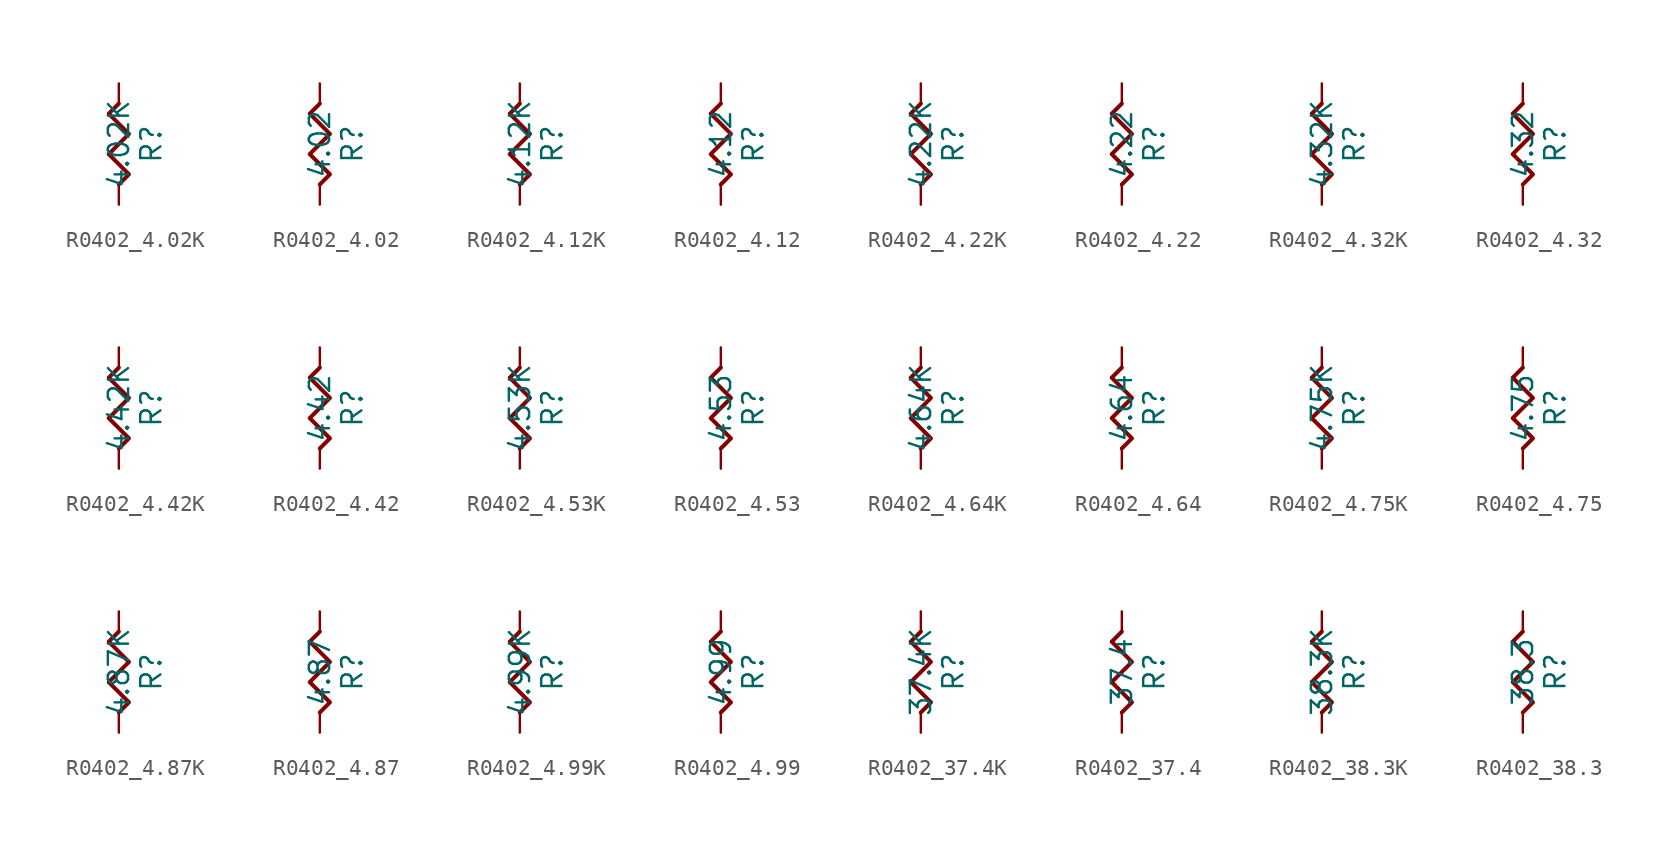
<source format=kicad_sym>
(kicad_symbol_lib
  (version 20211014)
  (generator atlantix-eda)
  (symbol "R0402_4.02K"
    (pin_numbers hide)
    (pin_names
      (offset 0))
    (property "Reference" "R"
      (at 2.032 0 90)
      (effects (font (size 1.27 1.27))))
    (property "Value" "4.02K"
      (at 0 0 90)
      (effects (font (size 1.27 1.27))))
    (symbol "R0402_4.02K_0_1"
      (polyline (pts (xy 0 -2.54) (xy 0.635 -1.905) (xy -0.635 -0.635) (xy 0.635 0.635) (xy -0.635 1.905) (xy 0 2.54)) (stroke (width 0.254) (type default) (color 0 0 0 0)) (fill (type none))))
    (symbol "R0402_4.02K_1_1"
      (pin passive line (at 0 3.81 270) (length 1.27) (name "~" (effects (font (size 1.27 1.27)))) (number "1" (effects (font (size 1.27 1.27)))))
      (pin passive line (at 0 -3.81 90) (length 1.27) (name "~" (effects (font (size 1.27 1.27)))) (number "2" (effects (font (size 1.27 1.27)))))))
  (symbol "R0402_4.02"
    (pin_numbers hide)
    (pin_names
      (offset 0))
    (property "Reference" "R"
      (at 2.032 0 90)
      (effects (font (size 1.27 1.27))))
    (property "Value" "4.02"
      (at 0 0 90)
      (effects (font (size 1.27 1.27))))
    (symbol "R0402_4.02_0_1"
      (polyline (pts (xy 0 -2.54) (xy 0.635 -1.905) (xy -0.635 -0.635) (xy 0.635 0.635) (xy -0.635 1.905) (xy 0 2.54)) (stroke (width 0.254) (type default) (color 0 0 0 0)) (fill (type none))))
    (symbol "R0402_4.02_1_1"
      (pin passive line (at 0 3.81 270) (length 1.27) (name "~" (effects (font (size 1.27 1.27)))) (number "1" (effects (font (size 1.27 1.27)))))
      (pin passive line (at 0 -3.81 90) (length 1.27) (name "~" (effects (font (size 1.27 1.27)))) (number "2" (effects (font (size 1.27 1.27)))))))
  (symbol "R0402_4.12K"
    (pin_numbers hide)
    (pin_names
      (offset 0))
    (property "Reference" "R"
      (at 2.032 0 90)
      (effects (font (size 1.27 1.27))))
    (property "Value" "4.12K"
      (at 0 0 90)
      (effects (font (size 1.27 1.27))))
    (symbol "R0402_4.12K_0_1"
      (polyline (pts (xy 0 -2.54) (xy 0.635 -1.905) (xy -0.635 -0.635) (xy 0.635 0.635) (xy -0.635 1.905) (xy 0 2.54)) (stroke (width 0.254) (type default) (color 0 0 0 0)) (fill (type none))))
    (symbol "R0402_4.12K_1_1"
      (pin passive line (at 0 3.81 270) (length 1.27) (name "~" (effects (font (size 1.27 1.27)))) (number "1" (effects (font (size 1.27 1.27)))))
      (pin passive line (at 0 -3.81 90) (length 1.27) (name "~" (effects (font (size 1.27 1.27)))) (number "2" (effects (font (size 1.27 1.27)))))))
  (symbol "R0402_4.12"
    (pin_numbers hide)
    (pin_names
      (offset 0))
    (property "Reference" "R"
      (at 2.032 0 90)
      (effects (font (size 1.27 1.27))))
    (property "Value" "4.12"
      (at 0 0 90)
      (effects (font (size 1.27 1.27))))
    (symbol "R0402_4.12_0_1"
      (polyline (pts (xy 0 -2.54) (xy 0.635 -1.905) (xy -0.635 -0.635) (xy 0.635 0.635) (xy -0.635 1.905) (xy 0 2.54)) (stroke (width 0.254) (type default) (color 0 0 0 0)) (fill (type none))))
    (symbol "R0402_4.12_1_1"
      (pin passive line (at 0 3.81 270) (length 1.27) (name "~" (effects (font (size 1.27 1.27)))) (number "1" (effects (font (size 1.27 1.27)))))
      (pin passive line (at 0 -3.81 90) (length 1.27) (name "~" (effects (font (size 1.27 1.27)))) (number "2" (effects (font (size 1.27 1.27)))))))
  (symbol "R0402_4.22K"
    (pin_numbers hide)
    (pin_names
      (offset 0))
    (property "Reference" "R"
      (at 2.032 0 90)
      (effects (font (size 1.27 1.27))))
    (property "Value" "4.22K"
      (at 0 0 90)
      (effects (font (size 1.27 1.27))))
    (symbol "R0402_4.22K_0_1"
      (polyline (pts (xy 0 -2.54) (xy 0.635 -1.905) (xy -0.635 -0.635) (xy 0.635 0.635) (xy -0.635 1.905) (xy 0 2.54)) (stroke (width 0.254) (type default) (color 0 0 0 0)) (fill (type none))))
    (symbol "R0402_4.22K_1_1"
      (pin passive line (at 0 3.81 270) (length 1.27) (name "~" (effects (font (size 1.27 1.27)))) (number "1" (effects (font (size 1.27 1.27)))))
      (pin passive line (at 0 -3.81 90) (length 1.27) (name "~" (effects (font (size 1.27 1.27)))) (number "2" (effects (font (size 1.27 1.27)))))))
  (symbol "R0402_4.22"
    (pin_numbers hide)
    (pin_names
      (offset 0))
    (property "Reference" "R"
      (at 2.032 0 90)
      (effects (font (size 1.27 1.27))))
    (property "Value" "4.22"
      (at 0 0 90)
      (effects (font (size 1.27 1.27))))
    (symbol "R0402_4.22_0_1"
      (polyline (pts (xy 0 -2.54) (xy 0.635 -1.905) (xy -0.635 -0.635) (xy 0.635 0.635) (xy -0.635 1.905) (xy 0 2.54)) (stroke (width 0.254) (type default) (color 0 0 0 0)) (fill (type none))))
    (symbol "R0402_4.22_1_1"
      (pin passive line (at 0 3.81 270) (length 1.27) (name "~" (effects (font (size 1.27 1.27)))) (number "1" (effects (font (size 1.27 1.27)))))
      (pin passive line (at 0 -3.81 90) (length 1.27) (name "~" (effects (font (size 1.27 1.27)))) (number "2" (effects (font (size 1.27 1.27)))))))
  (symbol "R0402_4.32K"
    (pin_numbers hide)
    (pin_names
      (offset 0))
    (property "Reference" "R"
      (at 2.032 0 90)
      (effects (font (size 1.27 1.27))))
    (property "Value" "4.32K"
      (at 0 0 90)
      (effects (font (size 1.27 1.27))))
    (symbol "R0402_4.32K_0_1"
      (polyline (pts (xy 0 -2.54) (xy 0.635 -1.905) (xy -0.635 -0.635) (xy 0.635 0.635) (xy -0.635 1.905) (xy 0 2.54)) (stroke (width 0.254) (type default) (color 0 0 0 0)) (fill (type none))))
    (symbol "R0402_4.32K_1_1"
      (pin passive line (at 0 3.81 270) (length 1.27) (name "~" (effects (font (size 1.27 1.27)))) (number "1" (effects (font (size 1.27 1.27)))))
      (pin passive line (at 0 -3.81 90) (length 1.27) (name "~" (effects (font (size 1.27 1.27)))) (number "2" (effects (font (size 1.27 1.27)))))))
  (symbol "R0402_4.32"
    (pin_numbers hide)
    (pin_names
      (offset 0))
    (property "Reference" "R"
      (at 2.032 0 90)
      (effects (font (size 1.27 1.27))))
    (property "Value" "4.32"
      (at 0 0 90)
      (effects (font (size 1.27 1.27))))
    (symbol "R0402_4.32_0_1"
      (polyline (pts (xy 0 -2.54) (xy 0.635 -1.905) (xy -0.635 -0.635) (xy 0.635 0.635) (xy -0.635 1.905) (xy 0 2.54)) (stroke (width 0.254) (type default) (color 0 0 0 0)) (fill (type none))))
    (symbol "R0402_4.32_1_1"
      (pin passive line (at 0 3.81 270) (length 1.27) (name "~" (effects (font (size 1.27 1.27)))) (number "1" (effects (font (size 1.27 1.27)))))
      (pin passive line (at 0 -3.81 90) (length 1.27) (name "~" (effects (font (size 1.27 1.27)))) (number "2" (effects (font (size 1.27 1.27)))))))
  (symbol "R0402_4.42K"
    (pin_numbers hide)
    (pin_names
      (offset 0))
    (property "Reference" "R"
      (at 2.032 0 90)
      (effects (font (size 1.27 1.27))))
    (property "Value" "4.42K"
      (at 0 0 90)
      (effects (font (size 1.27 1.27))))
    (symbol "R0402_4.42K_0_1"
      (polyline (pts (xy 0 -2.54) (xy 0.635 -1.905) (xy -0.635 -0.635) (xy 0.635 0.635) (xy -0.635 1.905) (xy 0 2.54)) (stroke (width 0.254) (type default) (color 0 0 0 0)) (fill (type none))))
    (symbol "R0402_4.42K_1_1"
      (pin passive line (at 0 3.81 270) (length 1.27) (name "~" (effects (font (size 1.27 1.27)))) (number "1" (effects (font (size 1.27 1.27)))))
      (pin passive line (at 0 -3.81 90) (length 1.27) (name "~" (effects (font (size 1.27 1.27)))) (number "2" (effects (font (size 1.27 1.27)))))))
  (symbol "R0402_4.42"
    (pin_numbers hide)
    (pin_names
      (offset 0))
    (property "Reference" "R"
      (at 2.032 0 90)
      (effects (font (size 1.27 1.27))))
    (property "Value" "4.42"
      (at 0 0 90)
      (effects (font (size 1.27 1.27))))
    (symbol "R0402_4.42_0_1"
      (polyline (pts (xy 0 -2.54) (xy 0.635 -1.905) (xy -0.635 -0.635) (xy 0.635 0.635) (xy -0.635 1.905) (xy 0 2.54)) (stroke (width 0.254) (type default) (color 0 0 0 0)) (fill (type none))))
    (symbol "R0402_4.42_1_1"
      (pin passive line (at 0 3.81 270) (length 1.27) (name "~" (effects (font (size 1.27 1.27)))) (number "1" (effects (font (size 1.27 1.27)))))
      (pin passive line (at 0 -3.81 90) (length 1.27) (name "~" (effects (font (size 1.27 1.27)))) (number "2" (effects (font (size 1.27 1.27)))))))
  (symbol "R0402_4.53K"
    (pin_numbers hide)
    (pin_names
      (offset 0))
    (property "Reference" "R"
      (at 2.032 0 90)
      (effects (font (size 1.27 1.27))))
    (property "Value" "4.53K"
      (at 0 0 90)
      (effects (font (size 1.27 1.27))))
    (symbol "R0402_4.53K_0_1"
      (polyline (pts (xy 0 -2.54) (xy 0.635 -1.905) (xy -0.635 -0.635) (xy 0.635 0.635) (xy -0.635 1.905) (xy 0 2.54)) (stroke (width 0.254) (type default) (color 0 0 0 0)) (fill (type none))))
    (symbol "R0402_4.53K_1_1"
      (pin passive line (at 0 3.81 270) (length 1.27) (name "~" (effects (font (size 1.27 1.27)))) (number "1" (effects (font (size 1.27 1.27)))))
      (pin passive line (at 0 -3.81 90) (length 1.27) (name "~" (effects (font (size 1.27 1.27)))) (number "2" (effects (font (size 1.27 1.27)))))))
  (symbol "R0402_4.53"
    (pin_numbers hide)
    (pin_names
      (offset 0))
    (property "Reference" "R"
      (at 2.032 0 90)
      (effects (font (size 1.27 1.27))))
    (property "Value" "4.53"
      (at 0 0 90)
      (effects (font (size 1.27 1.27))))
    (symbol "R0402_4.53_0_1"
      (polyline (pts (xy 0 -2.54) (xy 0.635 -1.905) (xy -0.635 -0.635) (xy 0.635 0.635) (xy -0.635 1.905) (xy 0 2.54)) (stroke (width 0.254) (type default) (color 0 0 0 0)) (fill (type none))))
    (symbol "R0402_4.53_1_1"
      (pin passive line (at 0 3.81 270) (length 1.27) (name "~" (effects (font (size 1.27 1.27)))) (number "1" (effects (font (size 1.27 1.27)))))
      (pin passive line (at 0 -3.81 90) (length 1.27) (name "~" (effects (font (size 1.27 1.27)))) (number "2" (effects (font (size 1.27 1.27)))))))
  (symbol "R0402_4.64K"
    (pin_numbers hide)
    (pin_names
      (offset 0))
    (property "Reference" "R"
      (at 2.032 0 90)
      (effects (font (size 1.27 1.27))))
    (property "Value" "4.64K"
      (at 0 0 90)
      (effects (font (size 1.27 1.27))))
    (symbol "R0402_4.64K_0_1"
      (polyline (pts (xy 0 -2.54) (xy 0.635 -1.905) (xy -0.635 -0.635) (xy 0.635 0.635) (xy -0.635 1.905) (xy 0 2.54)) (stroke (width 0.254) (type default) (color 0 0 0 0)) (fill (type none))))
    (symbol "R0402_4.64K_1_1"
      (pin passive line (at 0 3.81 270) (length 1.27) (name "~" (effects (font (size 1.27 1.27)))) (number "1" (effects (font (size 1.27 1.27)))))
      (pin passive line (at 0 -3.81 90) (length 1.27) (name "~" (effects (font (size 1.27 1.27)))) (number "2" (effects (font (size 1.27 1.27)))))))
  (symbol "R0402_4.64"
    (pin_numbers hide)
    (pin_names
      (offset 0))
    (property "Reference" "R"
      (at 2.032 0 90)
      (effects (font (size 1.27 1.27))))
    (property "Value" "4.64"
      (at 0 0 90)
      (effects (font (size 1.27 1.27))))
    (symbol "R0402_4.64_0_1"
      (polyline (pts (xy 0 -2.54) (xy 0.635 -1.905) (xy -0.635 -0.635) (xy 0.635 0.635) (xy -0.635 1.905) (xy 0 2.54)) (stroke (width 0.254) (type default) (color 0 0 0 0)) (fill (type none))))
    (symbol "R0402_4.64_1_1"
      (pin passive line (at 0 3.81 270) (length 1.27) (name "~" (effects (font (size 1.27 1.27)))) (number "1" (effects (font (size 1.27 1.27)))))
      (pin passive line (at 0 -3.81 90) (length 1.27) (name "~" (effects (font (size 1.27 1.27)))) (number "2" (effects (font (size 1.27 1.27)))))))
  (symbol "R0402_4.75K"
    (pin_numbers hide)
    (pin_names
      (offset 0))
    (property "Reference" "R"
      (at 2.032 0 90)
      (effects (font (size 1.27 1.27))))
    (property "Value" "4.75K"
      (at 0 0 90)
      (effects (font (size 1.27 1.27))))
    (symbol "R0402_4.75K_0_1"
      (polyline (pts (xy 0 -2.54) (xy 0.635 -1.905) (xy -0.635 -0.635) (xy 0.635 0.635) (xy -0.635 1.905) (xy 0 2.54)) (stroke (width 0.254) (type default) (color 0 0 0 0)) (fill (type none))))
    (symbol "R0402_4.75K_1_1"
      (pin passive line (at 0 3.81 270) (length 1.27) (name "~" (effects (font (size 1.27 1.27)))) (number "1" (effects (font (size 1.27 1.27)))))
      (pin passive line (at 0 -3.81 90) (length 1.27) (name "~" (effects (font (size 1.27 1.27)))) (number "2" (effects (font (size 1.27 1.27)))))))
  (symbol "R0402_4.75"
    (pin_numbers hide)
    (pin_names
      (offset 0))
    (property "Reference" "R"
      (at 2.032 0 90)
      (effects (font (size 1.27 1.27))))
    (property "Value" "4.75"
      (at 0 0 90)
      (effects (font (size 1.27 1.27))))
    (symbol "R0402_4.75_0_1"
      (polyline (pts (xy 0 -2.54) (xy 0.635 -1.905) (xy -0.635 -0.635) (xy 0.635 0.635) (xy -0.635 1.905) (xy 0 2.54)) (stroke (width 0.254) (type default) (color 0 0 0 0)) (fill (type none))))
    (symbol "R0402_4.75_1_1"
      (pin passive line (at 0 3.81 270) (length 1.27) (name "~" (effects (font (size 1.27 1.27)))) (number "1" (effects (font (size 1.27 1.27)))))
      (pin passive line (at 0 -3.81 90) (length 1.27) (name "~" (effects (font (size 1.27 1.27)))) (number "2" (effects (font (size 1.27 1.27)))))))
  (symbol "R0402_4.87K"
    (pin_numbers hide)
    (pin_names
      (offset 0))
    (property "Reference" "R"
      (at 2.032 0 90)
      (effects (font (size 1.27 1.27))))
    (property "Value" "4.87K"
      (at 0 0 90)
      (effects (font (size 1.27 1.27))))
    (symbol "R0402_4.87K_0_1"
      (polyline (pts (xy 0 -2.54) (xy 0.635 -1.905) (xy -0.635 -0.635) (xy 0.635 0.635) (xy -0.635 1.905) (xy 0 2.54)) (stroke (width 0.254) (type default) (color 0 0 0 0)) (fill (type none))))
    (symbol "R0402_4.87K_1_1"
      (pin passive line (at 0 3.81 270) (length 1.27) (name "~" (effects (font (size 1.27 1.27)))) (number "1" (effects (font (size 1.27 1.27)))))
      (pin passive line (at 0 -3.81 90) (length 1.27) (name "~" (effects (font (size 1.27 1.27)))) (number "2" (effects (font (size 1.27 1.27)))))))
  (symbol "R0402_4.87"
    (pin_numbers hide)
    (pin_names
      (offset 0))
    (property "Reference" "R"
      (at 2.032 0 90)
      (effects (font (size 1.27 1.27))))
    (property "Value" "4.87"
      (at 0 0 90)
      (effects (font (size 1.27 1.27))))
    (symbol "R0402_4.87_0_1"
      (polyline (pts (xy 0 -2.54) (xy 0.635 -1.905) (xy -0.635 -0.635) (xy 0.635 0.635) (xy -0.635 1.905) (xy 0 2.54)) (stroke (width 0.254) (type default) (color 0 0 0 0)) (fill (type none))))
    (symbol "R0402_4.87_1_1"
      (pin passive line (at 0 3.81 270) (length 1.27) (name "~" (effects (font (size 1.27 1.27)))) (number "1" (effects (font (size 1.27 1.27)))))
      (pin passive line (at 0 -3.81 90) (length 1.27) (name "~" (effects (font (size 1.27 1.27)))) (number "2" (effects (font (size 1.27 1.27)))))))
  (symbol "R0402_4.99K"
    (pin_numbers hide)
    (pin_names
      (offset 0))
    (property "Reference" "R"
      (at 2.032 0 90)
      (effects (font (size 1.27 1.27))))
    (property "Value" "4.99K"
      (at 0 0 90)
      (effects (font (size 1.27 1.27))))
    (symbol "R0402_4.99K_0_1"
      (polyline (pts (xy 0 -2.54) (xy 0.635 -1.905) (xy -0.635 -0.635) (xy 0.635 0.635) (xy -0.635 1.905) (xy 0 2.54)) (stroke (width 0.254) (type default) (color 0 0 0 0)) (fill (type none))))
    (symbol "R0402_4.99K_1_1"
      (pin passive line (at 0 3.81 270) (length 1.27) (name "~" (effects (font (size 1.27 1.27)))) (number "1" (effects (font (size 1.27 1.27)))))
      (pin passive line (at 0 -3.81 90) (length 1.27) (name "~" (effects (font (size 1.27 1.27)))) (number "2" (effects (font (size 1.27 1.27)))))))
  (symbol "R0402_4.99"
    (pin_numbers hide)
    (pin_names
      (offset 0))
    (property "Reference" "R"
      (at 2.032 0 90)
      (effects (font (size 1.27 1.27))))
    (property "Value" "4.99"
      (at 0 0 90)
      (effects (font (size 1.27 1.27))))
    (symbol "R0402_4.99_0_1"
      (polyline (pts (xy 0 -2.54) (xy 0.635 -1.905) (xy -0.635 -0.635) (xy 0.635 0.635) (xy -0.635 1.905) (xy 0 2.54)) (stroke (width 0.254) (type default) (color 0 0 0 0)) (fill (type none))))
    (symbol "R0402_4.99_1_1"
      (pin passive line (at 0 3.81 270) (length 1.27) (name "~" (effects (font (size 1.27 1.27)))) (number "1" (effects (font (size 1.27 1.27)))))
      (pin passive line (at 0 -3.81 90) (length 1.27) (name "~" (effects (font (size 1.27 1.27)))) (number "2" (effects (font (size 1.27 1.27)))))))
  (symbol "R0402_37.4K"
    (pin_numbers hide)
    (pin_names
      (offset 0))
    (property "Reference" "R"
      (at 2.032 0 90)
      (effects (font (size 1.27 1.27))))
    (property "Value" "37.4K"
      (at 0 0 90)
      (effects (font (size 1.27 1.27))))
    (symbol "R0402_37.4K_0_1"
      (polyline (pts (xy 0 -2.54) (xy 0.635 -1.905) (xy -0.635 -0.635) (xy 0.635 0.635) (xy -0.635 1.905) (xy 0 2.54)) (stroke (width 0.254) (type default) (color 0 0 0 0)) (fill (type none))))
    (symbol "R0402_37.4K_1_1"
      (pin passive line (at 0 3.81 270) (length 1.27) (name "~" (effects (font (size 1.27 1.27)))) (number "1" (effects (font (size 1.27 1.27)))))
      (pin passive line (at 0 -3.81 90) (length 1.27) (name "~" (effects (font (size 1.27 1.27)))) (number "2" (effects (font (size 1.27 1.27)))))))
  (symbol "R0402_37.4"
    (pin_numbers hide)
    (pin_names
      (offset 0))
    (property "Reference" "R"
      (at 2.032 0 90)
      (effects (font (size 1.27 1.27))))
    (property "Value" "37.4"
      (at 0 0 90)
      (effects (font (size 1.27 1.27))))
    (symbol "R0402_37.4_0_1"
      (polyline (pts (xy 0 -2.54) (xy 0.635 -1.905) (xy -0.635 -0.635) (xy 0.635 0.635) (xy -0.635 1.905) (xy 0 2.54)) (stroke (width 0.254) (type default) (color 0 0 0 0)) (fill (type none))))
    (symbol "R0402_37.4_1_1"
      (pin passive line (at 0 3.81 270) (length 1.27) (name "~" (effects (font (size 1.27 1.27)))) (number "1" (effects (font (size 1.27 1.27)))))
      (pin passive line (at 0 -3.81 90) (length 1.27) (name "~" (effects (font (size 1.27 1.27)))) (number "2" (effects (font (size 1.27 1.27)))))))
  (symbol "R0402_38.3K"
    (pin_numbers hide)
    (pin_names
      (offset 0))
    (property "Reference" "R"
      (at 2.032 0 90)
      (effects (font (size 1.27 1.27))))
    (property "Value" "38.3K"
      (at 0 0 90)
      (effects (font (size 1.27 1.27))))
    (symbol "R0402_38.3K_0_1"
      (polyline (pts (xy 0 -2.54) (xy 0.635 -1.905) (xy -0.635 -0.635) (xy 0.635 0.635) (xy -0.635 1.905) (xy 0 2.54)) (stroke (width 0.254) (type default) (color 0 0 0 0)) (fill (type none))))
    (symbol "R0402_38.3K_1_1"
      (pin passive line (at 0 3.81 270) (length 1.27) (name "~" (effects (font (size 1.27 1.27)))) (number "1" (effects (font (size 1.27 1.27)))))
      (pin passive line (at 0 -3.81 90) (length 1.27) (name "~" (effects (font (size 1.27 1.27)))) (number "2" (effects (font (size 1.27 1.27)))))))
  (symbol "R0402_38.3"
    (pin_numbers hide)
    (pin_names
      (offset 0))
    (property "Reference" "R"
      (at 2.032 0 90)
      (effects (font (size 1.27 1.27))))
    (property "Value" "38.3"
      (at 0 0 90)
      (effects (font (size 1.27 1.27))))
    (symbol "R0402_38.3_0_1"
      (polyline (pts (xy 0 -2.54) (xy 0.635 -1.905) (xy -0.635 -0.635) (xy 0.635 0.635) (xy -0.635 1.905) (xy 0 2.54)) (stroke (width 0.254) (type default) (color 0 0 0 0)) (fill (type none))))
    (symbol "R0402_38.3_1_1"
      (pin passive line (at 0 3.81 270) (length 1.27) (name "~" (effects (font (size 1.27 1.27)))) (number "1" (effects (font (size 1.27 1.27)))))
      (pin passive line (at 0 -3.81 90) (length 1.27) (name "~" (effects (font (size 1.27 1.27)))) (number "2" (effects (font (size 1.27 1.27))))))))
</source>
